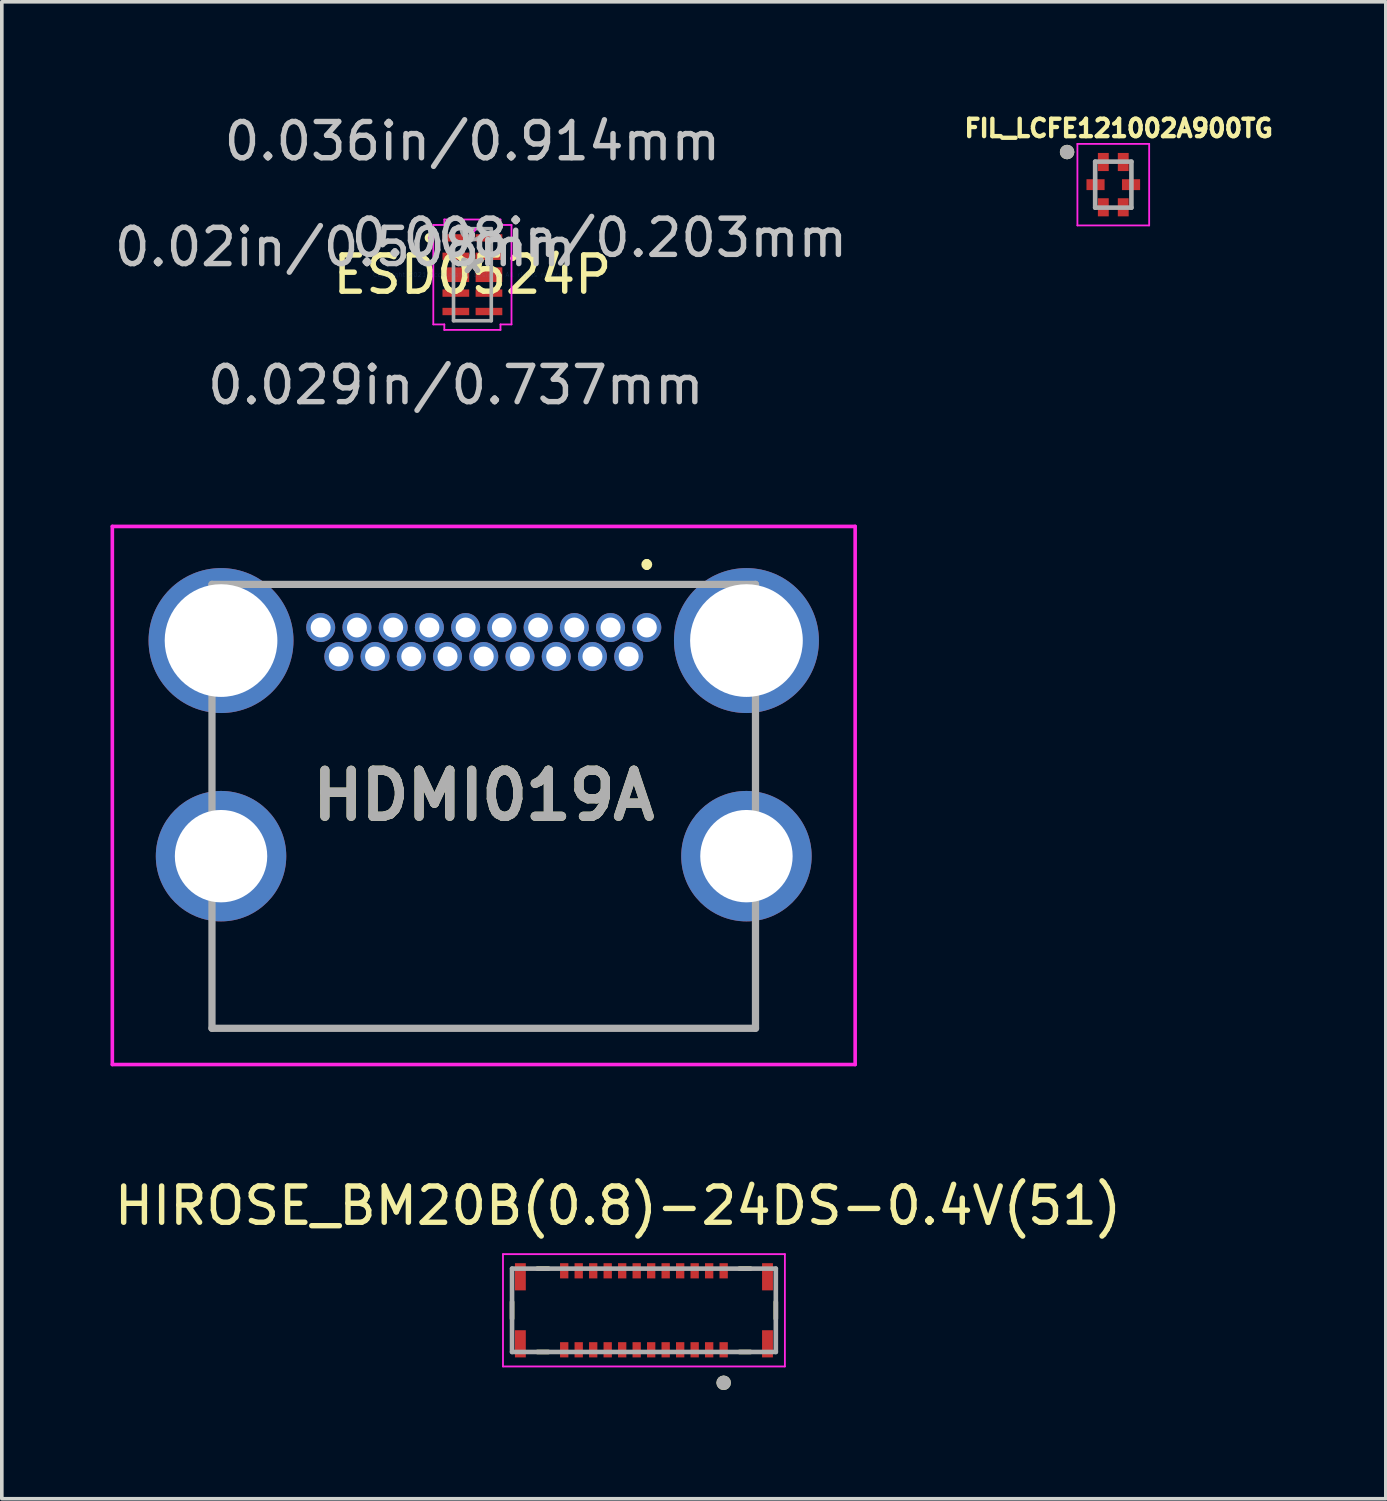
<source format=kicad_pcb>
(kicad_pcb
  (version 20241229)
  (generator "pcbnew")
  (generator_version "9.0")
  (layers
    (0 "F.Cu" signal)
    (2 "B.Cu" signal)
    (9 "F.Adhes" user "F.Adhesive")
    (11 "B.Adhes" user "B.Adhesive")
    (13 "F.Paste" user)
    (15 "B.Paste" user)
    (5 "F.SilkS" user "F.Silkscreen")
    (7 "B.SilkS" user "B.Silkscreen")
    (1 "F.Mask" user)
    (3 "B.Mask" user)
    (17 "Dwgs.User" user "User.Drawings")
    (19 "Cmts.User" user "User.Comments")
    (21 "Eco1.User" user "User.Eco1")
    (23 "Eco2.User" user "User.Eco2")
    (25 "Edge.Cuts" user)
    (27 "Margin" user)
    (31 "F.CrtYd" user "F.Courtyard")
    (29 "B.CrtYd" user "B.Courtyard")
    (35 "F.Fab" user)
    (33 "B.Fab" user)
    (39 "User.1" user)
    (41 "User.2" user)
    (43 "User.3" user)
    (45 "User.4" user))
  (footprint "FIL_LCFE121002A900TG"
    (layer "F.Cu")
    (at 27.674 2.046)
    (property "Reference" "FIL_LCFE121002A900TG" (at 0.149 -1.555 0) (layer "F.SilkS") (effects (font (size 0.48 0.48) (thickness 0.15))))
    (attr through_hole)
    (fp_circle (center -1.275 -0.9) (end -1.175 -0.9) (stroke (width 0.2) (type solid)) (fill no) (layer "F.SilkS"))
    (fp_poly (pts (xy -0.84 -0.15) (xy -0.24 -0.15) (xy -0.24 0.15) (xy -0.84 0.15)) (stroke (width 0.01) (type solid)) (fill yes) (layer "F.Paste"))
    (fp_poly (pts (xy -0.425 -0.975) (xy -0.125 -0.975) (xy -0.125 -0.375) (xy -0.425 -0.375)) (stroke (width 0.01) (type solid)) (fill yes) (layer "F.Paste"))
    (fp_poly (pts (xy -0.425 0.375) (xy -0.125 0.375) (xy -0.125 0.975) (xy -0.425 0.975)) (stroke (width 0.01) (type solid)) (fill yes) (layer "F.Paste"))
    (fp_poly (pts (xy 0.125 -0.975) (xy 0.425 -0.975) (xy 0.425 -0.375) (xy 0.125 -0.375)) (stroke (width 0.01) (type solid)) (fill yes) (layer "F.Paste"))
    (fp_poly (pts (xy 0.125 0.375) (xy 0.425 0.375) (xy 0.425 0.975) (xy 0.125 0.975)) (stroke (width 0.01) (type solid)) (fill yes) (layer "F.Paste"))
    (fp_poly (pts (xy 0.24 -0.15) (xy 0.84 -0.15) (xy 0.84 0.15) (xy 0.24 0.15)) (stroke (width 0.01) (type solid)) (fill yes) (layer "F.Paste"))
    (fp_line (start -0.99 -1.125) (end 0.99 -1.125) (stroke (width 0.05) (type solid)) (layer "F.CrtYd"))
    (fp_line (start -0.99 1.125) (end -0.99 -1.125) (stroke (width 0.05) (type solid)) (layer "F.CrtYd"))
    (fp_line (start 0.99 -1.125) (end 0.99 1.125) (stroke (width 0.05) (type solid)) (layer "F.CrtYd"))
    (fp_line (start 0.99 1.125) (end -0.99 1.125) (stroke (width 0.05) (type solid)) (layer "F.CrtYd"))
    (fp_line (start -0.5 -0.635) (end 0.5 -0.635) (stroke (width 0.127) (type solid)) (layer "F.Fab"))
    (fp_line (start -0.5 0.635) (end -0.5 -0.635) (stroke (width 0.127) (type solid)) (layer "F.Fab"))
    (fp_line (start 0.5 -0.635) (end 0.5 0.635) (stroke (width 0.127) (type solid)) (layer "F.Fab"))
    (fp_line (start 0.5 0.635) (end -0.5 0.635) (stroke (width 0.127) (type solid)) (layer "F.Fab"))
    (fp_circle (center -1.275 -0.9) (end -1.175 -0.9) (stroke (width 0.2) (type solid)) (fill no) (layer "F.Fab"))
    (pad "1" smd rect (at -0.275 -0.625) (size 0.3 0.5) (layers "F.Cu" "F.Mask"))
    (pad "2" smd rect (at 0.275 -0.625) (size 0.3 0.5) (layers "F.Cu" "F.Mask"))
    (pad "3" smd rect (at 0.275 0.625) (size 0.3 0.5) (layers "F.Cu" "F.Mask"))
    (pad "4" smd rect (at -0.275 0.625) (size 0.3 0.5) (layers "F.Cu" "F.Mask"))
    (pad "5" smd rect (at -0.49 0) (size 0.5 0.3) (layers "F.Cu" "F.Mask"))
    (pad "6" smd rect (at 0.49 0) (size 0.5 0.3) (layers "F.Cu" "F.Mask")))
  (footprint "ESD0524P"
    (layer "F.Cu")
    (at 9.987 4.531)
    (property "Reference" "ESD0524P" (at 0 0 0) (layer "F.SilkS") (effects (font (size 1 1) (thickness 0.15))))
    (attr through_hole)
    (fp_arc (start -1.15824 -0.94331) (mid -1.2573 -1.016) (end -1.15824 -1.08869) (stroke (width 0.12) (type solid)) (layer "F.SilkS"))
    (fp_line (start -1.079 -1.372) (end -0.775 -1.372) (stroke (width 0.05) (type solid)) (layer "F.CrtYd"))
    (fp_line (start -1.079 1.372) (end -1.079 -1.372) (stroke (width 0.05) (type solid)) (layer "F.CrtYd"))
    (fp_line (start -0.775 -1.524) (end 0.775 -1.524) (stroke (width 0.05) (type solid)) (layer "F.CrtYd"))
    (fp_line (start -0.775 -1.372) (end -0.775 -1.524) (stroke (width 0.05) (type solid)) (layer "F.CrtYd"))
    (fp_line (start -0.775 1.372) (end -1.079 1.372) (stroke (width 0.05) (type solid)) (layer "F.CrtYd"))
    (fp_line (start -0.775 1.524) (end -0.775 1.372) (stroke (width 0.05) (type solid)) (layer "F.CrtYd"))
    (fp_line (start 0.775 -1.524) (end 0.775 -1.372) (stroke (width 0.05) (type solid)) (layer "F.CrtYd"))
    (fp_line (start 0.775 -1.372) (end 1.079 -1.372) (stroke (width 0.05) (type solid)) (layer "F.CrtYd"))
    (fp_line (start 0.775 1.372) (end 0.775 1.524) (stroke (width 0.05) (type solid)) (layer "F.CrtYd"))
    (fp_line (start 0.775 1.524) (end -0.775 1.524) (stroke (width 0.05) (type solid)) (layer "F.CrtYd"))
    (fp_line (start 1.079 -1.372) (end 1.079 1.372) (stroke (width 0.05) (type solid)) (layer "F.CrtYd"))
    (fp_line (start 1.079 1.372) (end 0.775 1.372) (stroke (width 0.05) (type solid)) (layer "F.CrtYd"))
    (fp_arc (start 0.086783 -1.27) (mid 0 -1.183217) (end -0.086783 -1.27) (stroke (width 0.05) (type solid)) (layer "F.CrtYd"))
    (fp_circle (center -1.181 -1.016) (end -1.181 -1.016) (stroke (width 0.05) (type solid)) (fill no) (layer "F.CrtYd"))
    (fp_line (start -0.521 -1.27) (end -0.521 1.27) (stroke (width 0.1) (type solid)) (layer "F.Fab"))
    (fp_line (start -0.521 1.27) (end 0.521 1.27) (stroke (width 0.1) (type solid)) (layer "F.Fab"))
    (fp_line (start 0.521 -1.27) (end -0.521 -1.27) (stroke (width 0.1) (type solid)) (layer "F.Fab"))
    (fp_line (start 0.521 1.27) (end 0.521 -1.27) (stroke (width 0.1) (type solid)) (layer "F.Fab"))
    (fp_arc (start 0.3048 -1.27) (mid 0 -0.9652) (end -0.3048 -1.27) (stroke (width 0.1) (type solid)) (layer "F.Fab"))
    (fp_circle (center -0.089 -1.016) (end -0.089 -1.016) (stroke (width 0.1) (type solid)) (fill no) (layer "F.Fab"))
    (fp_text user "*" (at 0 0 0) (layer "F.SilkS") (effects (font (size 1 1) (thickness 0.15))))
    (fp_text user "0.02in/0.508mm" (at -3.505 -0.762 0) (layer "Dwgs.User") (effects (font (size 1 1) (thickness 0.15))))
    (fp_text user "0.036in/0.914mm" (at 0 -3.683 0) (layer "Dwgs.User") (effects (font (size 1 1) (thickness 0.15))))
    (fp_text user "0.008in/0.203mm" (at 3.505 -1.016 0) (layer "Dwgs.User") (effects (font (size 1 1) (thickness 0.15))))
    (fp_text user "0.029in/0.737mm" (at -0.457 3.048 0) (layer "Dwgs.User") (effects (font (size 1 1) (thickness 0.15))))
    (fp_text user "Copyright 2021 Accelerated Designs. All rights reserved." (at 0 0 0) (layer "Cmts.User") (effects (font (size 0.127 0.127) (thickness 0.002))))
    (fp_text user "*" (at 0 0 0) (layer "F.Fab") (effects (font (size 1 1) (thickness 0.15))))
    (pad "1" smd rect (at -0.457 -1.016) (size 0.737 0.203) (layers "F.Cu" "F.Mask" "F.Paste"))
    (pad "2" smd rect (at -0.457 -0.508) (size 0.737 0.203) (layers "F.Cu" "F.Mask" "F.Paste"))
    (pad "3" smd rect (at -0.457 0) (size 0.737 0.406) (layers "F.Cu" "F.Mask" "F.Paste"))
    (pad "4" smd rect (at -0.457 0.508) (size 0.737 0.203) (layers "F.Cu" "F.Mask" "F.Paste"))
    (pad "5" smd rect (at -0.457 1.016) (size 0.737 0.203) (layers "F.Cu" "F.Mask" "F.Paste"))
    (pad "6" smd rect (at 0.457 1.016) (size 0.737 0.203) (layers "F.Cu" "F.Mask" "F.Paste"))
    (pad "7" smd rect (at 0.457 0.508) (size 0.737 0.203) (layers "F.Cu" "F.Mask" "F.Paste"))
    (pad "8" smd rect (at 0.457 0) (size 0.737 0.406) (layers "F.Cu" "F.Mask" "F.Paste"))
    (pad "9" smd rect (at 0.457 -0.508) (size 0.737 0.203) (layers "F.Cu" "F.Mask" "F.Paste"))
    (pad "10" smd rect (at 0.457 -1.016) (size 0.737 0.203) (layers "F.Cu" "F.Mask" "F.Paste")))
  (footprint "HDMI019A"
    (layer "F.Cu")
    (at 14.8 14.268)
    (property "Reference" "HDMI019A" (at -4.5 4.635 0) (layer "F.SilkS") (effects (font (size 1.27 1.27) (thickness 0.254))))
    (attr through_hole)
    (fp_line (start -12 8.81) (end -12 10.81) (stroke (width 0.1) (type solid)) (layer "F.SilkS"))
    (fp_line (start -12 10.81) (end -12 11.06) (stroke (width 0.1) (type solid)) (layer "F.SilkS"))
    (fp_line (start -12 11.06) (end 3 11.06) (stroke (width 0.1) (type solid)) (layer "F.SilkS"))
    (fp_line (start 0 -1.79) (end 0 -1.79) (stroke (width 0.2) (type solid)) (layer "F.SilkS"))
    (fp_line (start 0 -1.69) (end 0 -1.69) (stroke (width 0.2) (type solid)) (layer "F.SilkS"))
    (fp_line (start 3 11.06) (end 3 8.81) (stroke (width 0.1) (type solid)) (layer "F.SilkS"))
    (fp_arc (start 0 -1.79) (mid 0.05 -1.74) (end 0 -1.69) (stroke (width 0.2) (type solid)) (layer "F.SilkS"))
    (fp_arc (start 0 -1.69) (mid -0.05 -1.74) (end 0 -1.79) (stroke (width 0.2) (type solid)) (layer "F.SilkS"))
    (fp_line (start -14.75 -2.79) (end 5.75 -2.79) (stroke (width 0.1) (type solid)) (layer "F.CrtYd"))
    (fp_line (start -14.75 12.06) (end -14.75 -2.79) (stroke (width 0.1) (type solid)) (layer "F.CrtYd"))
    (fp_line (start 5.75 -2.79) (end 5.75 12.06) (stroke (width 0.1) (type solid)) (layer "F.CrtYd"))
    (fp_line (start 5.75 12.06) (end -14.75 12.06) (stroke (width 0.1) (type solid)) (layer "F.CrtYd"))
    (fp_line (start -12 -1.19) (end 3 -1.19) (stroke (width 0.2) (type solid)) (layer "F.Fab"))
    (fp_line (start -12 11.06) (end -12 -1.19) (stroke (width 0.2) (type solid)) (layer "F.Fab"))
    (fp_line (start 3 -1.19) (end 3 11.06) (stroke (width 0.2) (type solid)) (layer "F.Fab"))
    (fp_line (start 3 11.06) (end -12 11.06) (stroke (width 0.2) (type solid)) (layer "F.Fab"))
    (fp_text user "${REFERENCE}" (at -4.5 4.635 0) (layer "F.Fab") (effects (font (size 1.27 1.27) (thickness 0.254))))
    (pad "1" thru_hole circle (at 0 0) (size 0.8 0.8) (drill 0.55) (layers "*.Cu" "*.Mask"))
    (pad "2" thru_hole circle (at -0.5 0.8) (size 0.8 0.8) (drill 0.55) (layers "*.Cu" "*.Mask"))
    (pad "3" thru_hole circle (at -1 0) (size 0.8 0.8) (drill 0.55) (layers "*.Cu" "*.Mask"))
    (pad "4" thru_hole circle (at -1.5 0.8) (size 0.8 0.8) (drill 0.55) (layers "*.Cu" "*.Mask"))
    (pad "5" thru_hole circle (at -2 0) (size 0.8 0.8) (drill 0.55) (layers "*.Cu" "*.Mask"))
    (pad "6" thru_hole circle (at -2.5 0.8) (size 0.8 0.8) (drill 0.55) (layers "*.Cu" "*.Mask"))
    (pad "7" thru_hole circle (at -3 0) (size 0.8 0.8) (drill 0.55) (layers "*.Cu" "*.Mask"))
    (pad "8" thru_hole circle (at -3.5 0.8) (size 0.8 0.8) (drill 0.55) (layers "*.Cu" "*.Mask"))
    (pad "9" thru_hole circle (at -4 0) (size 0.8 0.8) (drill 0.55) (layers "*.Cu" "*.Mask"))
    (pad "10" thru_hole circle (at -4.5 0.8) (size 0.8 0.8) (drill 0.55) (layers "*.Cu" "*.Mask"))
    (pad "11" thru_hole circle (at -5 0) (size 0.8 0.8) (drill 0.55) (layers "*.Cu" "*.Mask"))
    (pad "12" thru_hole circle (at -5.5 0.8) (size 0.8 0.8) (drill 0.55) (layers "*.Cu" "*.Mask"))
    (pad "13" thru_hole circle (at -6 0) (size 0.8 0.8) (drill 0.55) (layers "*.Cu" "*.Mask"))
    (pad "14" thru_hole circle (at -6.5 0.8) (size 0.8 0.8) (drill 0.55) (layers "*.Cu" "*.Mask"))
    (pad "15" thru_hole circle (at -7 0) (size 0.8 0.8) (drill 0.55) (layers "*.Cu" "*.Mask"))
    (pad "16" thru_hole circle (at -7.5 0.8) (size 0.8 0.8) (drill 0.55) (layers "*.Cu" "*.Mask"))
    (pad "17" thru_hole circle (at -8 0) (size 0.8 0.8) (drill 0.55) (layers "*.Cu" "*.Mask"))
    (pad "18" thru_hole circle (at -8.5 0.8) (size 0.8 0.8) (drill 0.55) (layers "*.Cu" "*.Mask"))
    (pad "19" thru_hole circle (at -9 0) (size 0.8 0.8) (drill 0.55) (layers "*.Cu" "*.Mask"))
    (pad "MH1" thru_hole circle (at -11.75 0.36) (size 4 4) (drill 3.11) (layers "*.Cu" "*.Mask"))
    (pad "MH2" thru_hole circle (at 2.75 0.36) (size 4 4) (drill 3.11) (layers "*.Cu" "*.Mask"))
    (pad "MH3" thru_hole circle (at -11.75 6.31) (size 3.6 3.6) (drill 2.55) (layers "*.Cu" "*.Mask"))
    (pad "MH4" thru_hole circle (at 2.75 6.31) (size 3.6 3.6) (drill 2.55) (layers "*.Cu" "*.Mask")))
  (footprint "HIROSE_BM20B(0.8)-24DS-0.4V(51)"
    (layer "F.Cu")
    (at 14.721 33.111)
    (property "Reference" "HIROSE_BM20B(0.8)-24DS-0.4V(51)" (at -0.715 -2.885 0) (layer "F.SilkS") (effects (font (size 1 1) (thickness 0.15))))
    (attr through_hole)
    (fp_line (start -3.64 0.23) (end -3.64 -0.23) (stroke (width 0.127) (type solid)) (layer "F.SilkS"))
    (fp_line (start -2.94 -1.15) (end -2.635 -1.15) (stroke (width 0.127) (type solid)) (layer "F.SilkS"))
    (fp_line (start -2.94 1.15) (end -2.635 1.15) (stroke (width 0.127) (type solid)) (layer "F.SilkS"))
    (fp_line (start 2.94 -1.15) (end 2.635 -1.15) (stroke (width 0.127) (type solid)) (layer "F.SilkS"))
    (fp_line (start 2.94 1.15) (end 2.635 1.15) (stroke (width 0.127) (type solid)) (layer "F.SilkS"))
    (fp_line (start 3.64 0.23) (end 3.64 -0.23) (stroke (width 0.127) (type solid)) (layer "F.SilkS"))
    (fp_circle (center 2.2 2) (end 2.3 2) (stroke (width 0.2) (type solid)) (fill no) (layer "F.SilkS"))
    (fp_poly (pts (xy -2.315 -1.3) (xy -2.085 -1.3) (xy -2.085 -1) (xy -2.315 -1)) (stroke (width 0.01) (type solid)) (fill yes) (layer "F.Paste"))
    (fp_poly (pts (xy -2.315 1) (xy -2.085 1) (xy -2.085 1.3) (xy -2.315 1.3)) (stroke (width 0.01) (type solid)) (fill yes) (layer "F.Paste"))
    (fp_poly (pts (xy -1.915 -1.3) (xy -1.685 -1.3) (xy -1.685 -1) (xy -1.915 -1)) (stroke (width 0.01) (type solid)) (fill yes) (layer "F.Paste"))
    (fp_poly (pts (xy -1.915 1) (xy -1.685 1) (xy -1.685 1.3) (xy -1.915 1.3)) (stroke (width 0.01) (type solid)) (fill yes) (layer "F.Paste"))
    (fp_poly (pts (xy -1.515 -1.3) (xy -1.285 -1.3) (xy -1.285 -1) (xy -1.515 -1)) (stroke (width 0.01) (type solid)) (fill yes) (layer "F.Paste"))
    (fp_poly (pts (xy -1.515 1) (xy -1.285 1) (xy -1.285 1.3) (xy -1.515 1.3)) (stroke (width 0.01) (type solid)) (fill yes) (layer "F.Paste"))
    (fp_poly (pts (xy -1.115 -1.3) (xy -0.885 -1.3) (xy -0.885 -1) (xy -1.115 -1)) (stroke (width 0.01) (type solid)) (fill yes) (layer "F.Paste"))
    (fp_poly (pts (xy -1.115 1) (xy -0.885 1) (xy -0.885 1.3) (xy -1.115 1.3)) (stroke (width 0.01) (type solid)) (fill yes) (layer "F.Paste"))
    (fp_poly (pts (xy -0.715 -1.3) (xy -0.485 -1.3) (xy -0.485 -1) (xy -0.715 -1)) (stroke (width 0.01) (type solid)) (fill yes) (layer "F.Paste"))
    (fp_poly (pts (xy -0.715 1) (xy -0.485 1) (xy -0.485 1.3) (xy -0.715 1.3)) (stroke (width 0.01) (type solid)) (fill yes) (layer "F.Paste"))
    (fp_poly (pts (xy -0.315 -1.3) (xy -0.085 -1.3) (xy -0.085 -1) (xy -0.315 -1)) (stroke (width 0.01) (type solid)) (fill yes) (layer "F.Paste"))
    (fp_poly (pts (xy -0.315 1) (xy -0.085 1) (xy -0.085 1.3) (xy -0.315 1.3)) (stroke (width 0.01) (type solid)) (fill yes) (layer "F.Paste"))
    (fp_poly (pts (xy 0.085 -1.3) (xy 0.315 -1.3) (xy 0.315 -1) (xy 0.085 -1)) (stroke (width 0.01) (type solid)) (fill yes) (layer "F.Paste"))
    (fp_poly (pts (xy 0.085 1) (xy 0.315 1) (xy 0.315 1.3) (xy 0.085 1.3)) (stroke (width 0.01) (type solid)) (fill yes) (layer "F.Paste"))
    (fp_poly (pts (xy 0.485 -1.3) (xy 0.715 -1.3) (xy 0.715 -1) (xy 0.485 -1)) (stroke (width 0.01) (type solid)) (fill yes) (layer "F.Paste"))
    (fp_poly (pts (xy 0.485 1) (xy 0.715 1) (xy 0.715 1.3) (xy 0.485 1.3)) (stroke (width 0.01) (type solid)) (fill yes) (layer "F.Paste"))
    (fp_poly (pts (xy 0.885 -1.3) (xy 1.115 -1.3) (xy 1.115 -1) (xy 0.885 -1)) (stroke (width 0.01) (type solid)) (fill yes) (layer "F.Paste"))
    (fp_poly (pts (xy 0.885 1) (xy 1.115 1) (xy 1.115 1.3) (xy 0.885 1.3)) (stroke (width 0.01) (type solid)) (fill yes) (layer "F.Paste"))
    (fp_poly (pts (xy 1.285 -1.3) (xy 1.515 -1.3) (xy 1.515 -1) (xy 1.285 -1)) (stroke (width 0.01) (type solid)) (fill yes) (layer "F.Paste"))
    (fp_poly (pts (xy 1.285 1) (xy 1.515 1) (xy 1.515 1.3) (xy 1.285 1.3)) (stroke (width 0.01) (type solid)) (fill yes) (layer "F.Paste"))
    (fp_poly (pts (xy 1.685 -1.3) (xy 1.915 -1.3) (xy 1.915 -1) (xy 1.685 -1)) (stroke (width 0.01) (type solid)) (fill yes) (layer "F.Paste"))
    (fp_poly (pts (xy 1.685 1) (xy 1.915 1) (xy 1.915 1.3) (xy 1.685 1.3)) (stroke (width 0.01) (type solid)) (fill yes) (layer "F.Paste"))
    (fp_poly (pts (xy 2.085 -1.3) (xy 2.315 -1.3) (xy 2.315 -1) (xy 2.085 -1)) (stroke (width 0.01) (type solid)) (fill yes) (layer "F.Paste"))
    (fp_poly (pts (xy 2.085 1) (xy 2.315 1) (xy 2.315 1.3) (xy 2.085 1.3)) (stroke (width 0.01) (type solid)) (fill yes) (layer "F.Paste"))
    (fp_line (start -3.89 -1.55) (end -3.89 1.55) (stroke (width 0.05) (type solid)) (layer "F.CrtYd"))
    (fp_line (start -3.89 1.55) (end 3.89 1.55) (stroke (width 0.05) (type solid)) (layer "F.CrtYd"))
    (fp_line (start 3.89 -1.55) (end -3.89 -1.55) (stroke (width 0.05) (type solid)) (layer "F.CrtYd"))
    (fp_line (start 3.89 1.55) (end 3.89 -1.55) (stroke (width 0.05) (type solid)) (layer "F.CrtYd"))
    (fp_line (start -3.64 -1.15) (end 3.64 -1.15) (stroke (width 0.127) (type solid)) (layer "F.Fab"))
    (fp_line (start -3.64 1.15) (end -3.64 -1.15) (stroke (width 0.127) (type solid)) (layer "F.Fab"))
    (fp_line (start 3.64 -1.15) (end 3.64 1.15) (stroke (width 0.127) (type solid)) (layer "F.Fab"))
    (fp_line (start 3.64 1.15) (end -3.64 1.15) (stroke (width 0.127) (type solid)) (layer "F.Fab"))
    (fp_circle (center 2.2 2) (end 2.3 2) (stroke (width 0.2) (type solid)) (fill no) (layer "F.Fab"))
    (pad "1" smd rect (at 2.2 1.09) (size 0.23 0.42) (layers "F.Cu" "F.Mask"))
    (pad "2" smd rect (at 2.2 -1.09) (size 0.23 0.42) (layers "F.Cu" "F.Mask"))
    (pad "3" smd rect (at 1.8 1.09) (size 0.23 0.42) (layers "F.Cu" "F.Mask"))
    (pad "4" smd rect (at 1.8 -1.09) (size 0.23 0.42) (layers "F.Cu" "F.Mask"))
    (pad "5" smd rect (at 1.4 1.09) (size 0.23 0.42) (layers "F.Cu" "F.Mask"))
    (pad "6" smd rect (at 1.4 -1.09) (size 0.23 0.42) (layers "F.Cu" "F.Mask"))
    (pad "7" smd rect (at 1 1.09) (size 0.23 0.42) (layers "F.Cu" "F.Mask"))
    (pad "8" smd rect (at 1 -1.09) (size 0.23 0.42) (layers "F.Cu" "F.Mask"))
    (pad "9" smd rect (at 0.6 1.09) (size 0.23 0.42) (layers "F.Cu" "F.Mask"))
    (pad "10" smd rect (at 0.6 -1.09) (size 0.23 0.42) (layers "F.Cu" "F.Mask"))
    (pad "11" smd rect (at 0.2 1.09) (size 0.23 0.42) (layers "F.Cu" "F.Mask"))
    (pad "12" smd rect (at 0.2 -1.09) (size 0.23 0.42) (layers "F.Cu" "F.Mask"))
    (pad "13" smd rect (at -0.2 1.09) (size 0.23 0.42) (layers "F.Cu" "F.Mask"))
    (pad "14" smd rect (at -0.2 -1.09) (size 0.23 0.42) (layers "F.Cu" "F.Mask"))
    (pad "15" smd rect (at -0.6 1.09) (size 0.23 0.42) (layers "F.Cu" "F.Mask"))
    (pad "16" smd rect (at -0.6 -1.09) (size 0.23 0.42) (layers "F.Cu" "F.Mask"))
    (pad "17" smd rect (at -1 1.09) (size 0.23 0.42) (layers "F.Cu" "F.Mask"))
    (pad "18" smd rect (at -1 -1.09) (size 0.23 0.42) (layers "F.Cu" "F.Mask"))
    (pad "19" smd rect (at -1.4 1.09) (size 0.23 0.42) (layers "F.Cu" "F.Mask"))
    (pad "20" smd rect (at -1.4 -1.09) (size 0.23 0.42) (layers "F.Cu" "F.Mask"))
    (pad "21" smd rect (at -1.8 1.09) (size 0.23 0.42) (layers "F.Cu" "F.Mask"))
    (pad "22" smd rect (at -1.8 -1.09) (size 0.23 0.42) (layers "F.Cu" "F.Mask"))
    (pad "23" smd rect (at -2.2 1.09) (size 0.23 0.42) (layers "F.Cu" "F.Mask"))
    (pad "24" smd rect (at -2.2 -1.09) (size 0.23 0.42) (layers "F.Cu" "F.Mask"))
    (pad "S1" smd rect (at 3.41 0.925) (size 0.3 0.75) (layers "F.Cu" "F.Mask" "F.Paste"))
    (pad "S2" smd rect (at 3.41 -0.925) (size 0.3 0.75) (layers "F.Cu" "F.Mask" "F.Paste"))
    (pad "S3" smd rect (at -3.41 0.925) (size 0.3 0.75) (layers "F.Cu" "F.Mask" "F.Paste"))
    (pad "S4" smd rect (at -3.41 -0.925) (size 0.3 0.75) (layers "F.Cu" "F.Mask" "F.Paste")))
  (gr_rect
    (start -3 -3)
    (end 35.195 38.311)
    (stroke (width 0.1) (type default))
    (fill no)
    (layer "Edge.Cuts")))
</source>
